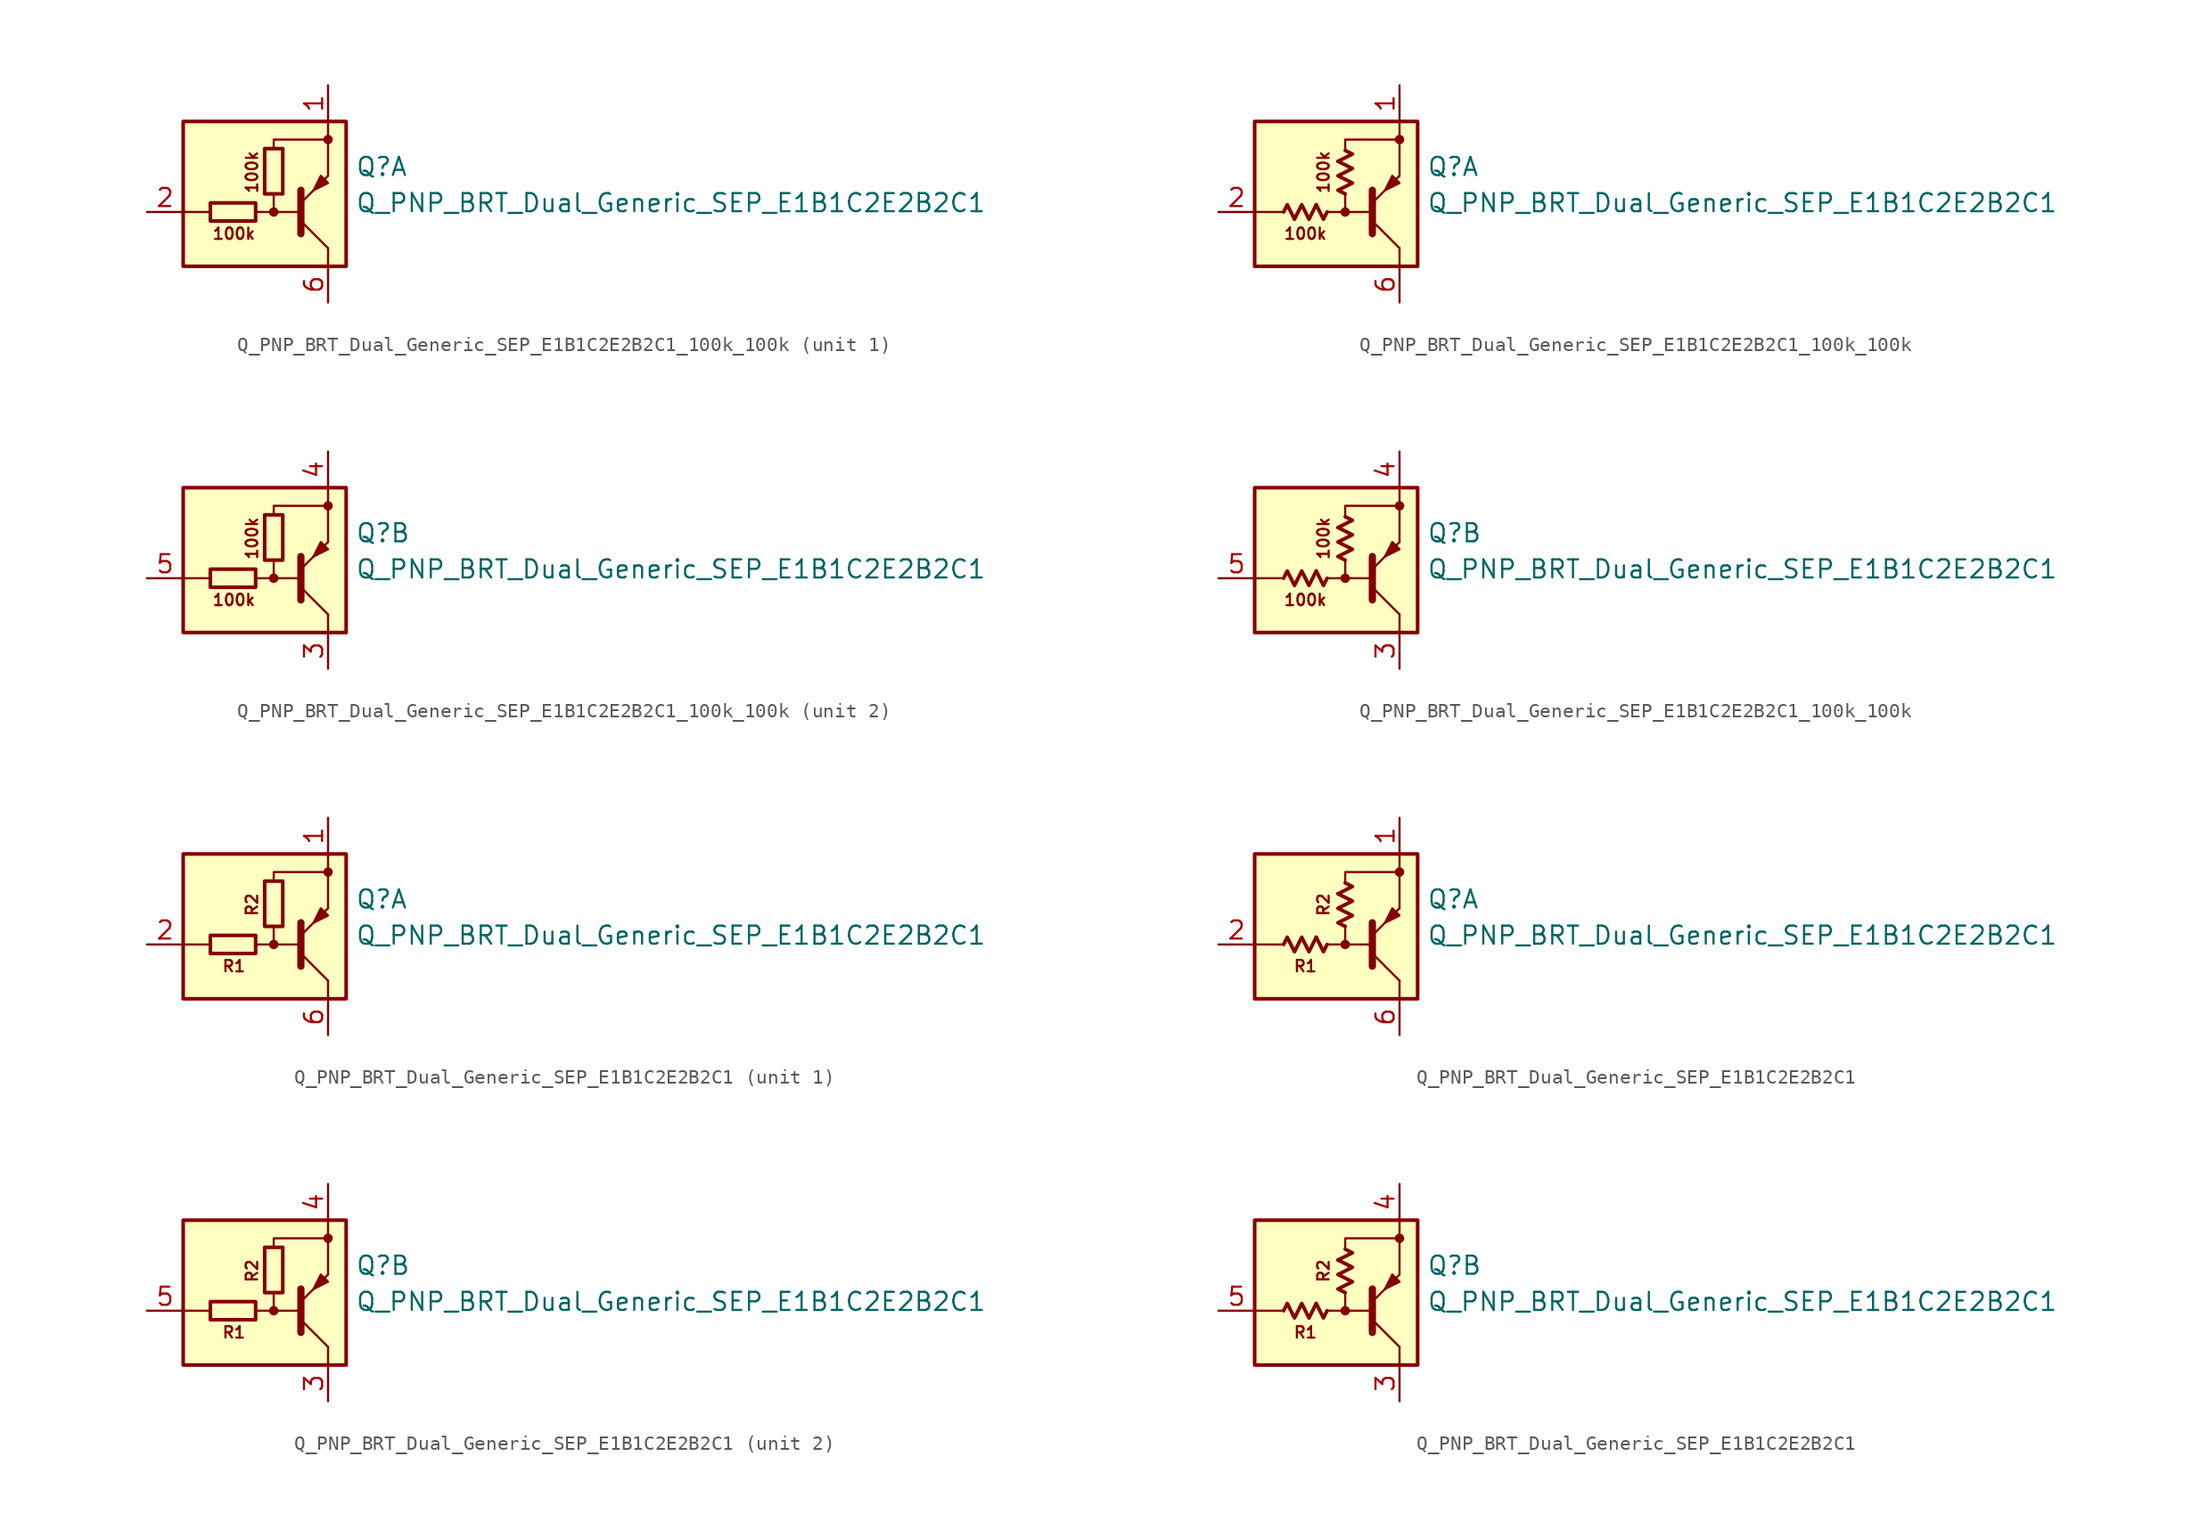
<source format=kicad_sym>
(kicad_symbol_lib
  (version 20220914)
  (generator kicad_symbol_editor)
  (symbol "Q_PNP_BRT_Dual_Generic_SEP_E1B1C2E2B2C1_100k_100k"
    (pin_names
      (offset 1.016) hide)
    (property "Reference" "Q"
      (at 5.715 1.905 0)
      (effects (font (size 1.27 1.27)) (justify left)))
    (property "Value" "Q_PNP_BRT_Dual_Generic_SEP_E1B1C2E2B2C1"
      (at 5.715 -0.635 0)
      (effects (font (size 1.27 1.27)) (justify left)))
    (property "ki_locked" ""
      (at 0 0 0)
      (effects (font (size 1.27 1.27))))
    (symbol "Q_PNP_BRT_Dual_Generic_SEP_E1B1C2E2B2C1_100k_100k_0_2"
      (polyline (pts (xy -2.032 -0.762) (xy -1.524 -1.778) (xy -1.27 -1.27)) (stroke (width 0.254) (type default)) (fill (type none)))
      (polyline (pts (xy -0.508 2.286) (xy 0.508 2.794) (xy 0 3.048)) (stroke (width 0.254) (type default)) (fill (type none)))
      (polyline (pts (xy -4.318 -1.27) (xy -4.064 -0.762) (xy -3.556 -1.778) (xy -3.048 -0.762) (xy -2.54 -1.778) (xy -2.032 -0.762)) (stroke (width 0.254) (type default)) (fill (type none)))
      (polyline (pts (xy 0 0) (xy -0.508 0.254) (xy 0.508 0.762) (xy -0.508 1.27) (xy 0.508 1.778) (xy -0.508 2.286)) (stroke (width 0.254) (type default)) (fill (type none))))
    (symbol "Q_PNP_BRT_Dual_Generic_SEP_E1B1C2E2B2C1_100k_100k_1_0"
      (rectangle (start -6.35 5.08) (end 5.08 -5.08) (stroke (width 0.254) (type default)) (fill (type background)))
      (circle (center 0 -1.27) (radius 0.254) (stroke (width 0) (type default)) (fill (type outline)))
      (polyline (pts (xy -4.445 -1.27) (xy -6.35 -1.27)) (stroke (width 0) (type default)) (fill (type none)))
      (polyline (pts (xy -0.254 -1.27) (xy 1.905 -1.27)) (stroke (width 0) (type default)) (fill (type none)))
      (polyline (pts (xy 1.905 -2.794) (xy 1.905 0.254)) (stroke (width 0.508) (type default)) (fill (type none)))
      (polyline (pts (xy 1.905 -1.905) (xy 3.81 -3.81)) (stroke (width 0) (type default)) (fill (type none)))
      (polyline (pts (xy 3.81 -3.81) (xy 3.81 -5.08)) (stroke (width 0) (type default)) (fill (type none)))
      (polyline (pts (xy 3.81 3.81) (xy 3.81 1.27)) (stroke (width 0) (type default)) (fill (type none)))
      (polyline (pts (xy 3.81 3.81) (xy 3.81 5.08)) (stroke (width 0) (type default)) (fill (type none)))
      (polyline (pts (xy -1.27 -1.27) (xy 0 -1.27) (xy 0 0)) (stroke (width 0) (type default)) (fill (type none)))
      (polyline (pts (xy 0 3.175) (xy 0 3.81) (xy 3.81 3.81)) (stroke (width 0) (type default)) (fill (type none)))
      (polyline (pts (xy 1.905 -0.635) (xy 3.81 1.27) (xy 3.81 1.27)) (stroke (width 0) (type default)) (fill (type none)))
      (polyline (pts (xy 3.81 0.762) (xy 3.302 1.27) (xy 2.794 0.254) (xy 3.81 0.762) (xy 3.81 0.762)) (stroke (width 0) (type default)) (fill (type outline)))
      (circle (center 3.81 3.81) (radius 0.254) (stroke (width 0) (type default)) (fill (type outline)))
      (text "100k" (at -2.794 -2.794 0) (effects (font (size 0.8 0.8))))
      (text "100k" (at -1.524 1.524 900) (effects (font (size 0.8 0.8)))))
    (symbol "Q_PNP_BRT_Dual_Generic_SEP_E1B1C2E2B2C1_100k_100k_1_1"
      (rectangle (start -1.27 -0.635) (end -4.445 -1.905) (stroke (width 0.254) (type default)) (fill (type none)))
      (rectangle (start 0.635 3.175) (end -0.635 0) (stroke (width 0.254) (type default)) (fill (type none)))
      (pin passive line (at 3.81 7.62 270) (length 2.54) (name "E1" (effects (font (size 1.27 1.27)))) (number "1" (effects (font (size 1.27 1.27)))))
      (pin input line (at -8.89 -1.27 0) (length 2.54) (name "B1" (effects (font (size 1.27 1.27)))) (number "2" (effects (font (size 1.27 1.27)))))
      (pin passive line (at 3.81 -7.62 90) (length 2.54) (name "C1" (effects (font (size 1.27 1.27)))) (number "6" (effects (font (size 1.27 1.27))))))
    (symbol "Q_PNP_BRT_Dual_Generic_SEP_E1B1C2E2B2C1_100k_100k_1_2"
      (pin passive line (at 3.81 7.62 270) (length 2.54) (name "E1" (effects (font (size 1.27 1.27)))) (number "1" (effects (font (size 1.27 1.27)))))
      (pin input line (at -8.89 -1.27 0) (length 2.54) (name "B1" (effects (font (size 1.27 1.27)))) (number "2" (effects (font (size 1.27 1.27)))))
      (pin passive line (at 3.81 -7.62 90) (length 2.54) (name "C1" (effects (font (size 1.27 1.27)))) (number "6" (effects (font (size 1.27 1.27))))))
    (symbol "Q_PNP_BRT_Dual_Generic_SEP_E1B1C2E2B2C1_100k_100k_2_0"
      (rectangle (start -6.35 5.08) (end 5.08 -5.08) (stroke (width 0.254) (type default)) (fill (type background)))
      (circle (center 0 -1.27) (radius 0.254) (stroke (width 0) (type default)) (fill (type outline)))
      (polyline (pts (xy -4.445 -1.27) (xy -6.35 -1.27)) (stroke (width 0) (type default)) (fill (type none)))
      (polyline (pts (xy -0.254 -1.27) (xy 1.905 -1.27)) (stroke (width 0) (type default)) (fill (type none)))
      (polyline (pts (xy 1.905 -2.794) (xy 1.905 0.254)) (stroke (width 0.508) (type default)) (fill (type none)))
      (polyline (pts (xy 1.905 -1.905) (xy 3.81 -3.81)) (stroke (width 0) (type default)) (fill (type none)))
      (polyline (pts (xy 3.81 -3.81) (xy 3.81 -5.08)) (stroke (width 0) (type default)) (fill (type none)))
      (polyline (pts (xy 3.81 3.81) (xy 3.81 1.27)) (stroke (width 0) (type default)) (fill (type none)))
      (polyline (pts (xy 3.81 3.81) (xy 3.81 5.08)) (stroke (width 0) (type default)) (fill (type none)))
      (polyline (pts (xy -1.27 -1.27) (xy 0 -1.27) (xy 0 0)) (stroke (width 0) (type default)) (fill (type none)))
      (polyline (pts (xy 0 3.175) (xy 0 3.81) (xy 3.81 3.81)) (stroke (width 0) (type default)) (fill (type none)))
      (polyline (pts (xy 1.905 -0.635) (xy 3.81 1.27) (xy 3.81 1.27)) (stroke (width 0) (type default)) (fill (type none)))
      (polyline (pts (xy 3.81 0.762) (xy 3.302 1.27) (xy 2.794 0.254) (xy 3.81 0.762) (xy 3.81 0.762)) (stroke (width 0) (type default)) (fill (type outline)))
      (circle (center 3.81 3.81) (radius 0.254) (stroke (width 0) (type default)) (fill (type outline)))
      (text "100k" (at -2.794 -2.794 0) (effects (font (size 0.8 0.8))))
      (text "100k" (at -1.524 1.524 900) (effects (font (size 0.8 0.8)))))
    (symbol "Q_PNP_BRT_Dual_Generic_SEP_E1B1C2E2B2C1_100k_100k_2_1"
      (rectangle (start -4.445 -0.635) (end -1.27 -1.905) (stroke (width 0.254) (type default)) (fill (type none)))
      (rectangle (start 0.635 3.175) (end -0.635 0) (stroke (width 0.254) (type default)) (fill (type none)))
      (pin passive line (at 3.81 -7.62 90) (length 2.54) (name "C2" (effects (font (size 1.27 1.27)))) (number "3" (effects (font (size 1.27 1.27)))))
      (pin passive line (at 3.81 7.62 270) (length 2.54) (name "E2" (effects (font (size 1.27 1.27)))) (number "4" (effects (font (size 1.27 1.27)))))
      (pin input line (at -8.89 -1.27 0) (length 2.54) (name "B2" (effects (font (size 1.27 1.27)))) (number "5" (effects (font (size 1.27 1.27))))))
    (symbol "Q_PNP_BRT_Dual_Generic_SEP_E1B1C2E2B2C1_100k_100k_2_2"
      (pin passive line (at 3.81 -7.62 90) (length 2.54) (name "C2" (effects (font (size 1.27 1.27)))) (number "3" (effects (font (size 1.27 1.27)))))
      (pin passive line (at 3.81 7.62 270) (length 2.54) (name "E2" (effects (font (size 1.27 1.27)))) (number "4" (effects (font (size 1.27 1.27)))))
      (pin input line (at -8.89 -1.27 0) (length 2.54) (name "B2" (effects (font (size 1.27 1.27)))) (number "5" (effects (font (size 1.27 1.27)))))))
  (symbol "Q_PNP_BRT_Dual_Generic_SEP_E1B1C2E2B2C1"
    (pin_names
      (offset 1.016) hide)
    (property "Reference" "Q"
      (at 5.715 1.905 0)
      (effects (font (size 1.27 1.27)) (justify left)))
    (property "Value" "Q_PNP_BRT_Dual_Generic_SEP_E1B1C2E2B2C1"
      (at 5.715 -0.635 0)
      (effects (font (size 1.27 1.27)) (justify left)))
    (property "ki_locked" ""
      (at 0 0 0)
      (effects (font (size 1.27 1.27))))
    (symbol "Q_PNP_BRT_Dual_Generic_SEP_E1B1C2E2B2C1_0_2"
      (polyline (pts (xy -2.032 -0.762) (xy -1.524 -1.778) (xy -1.27 -1.27)) (stroke (width 0.254) (type default)) (fill (type none)))
      (polyline (pts (xy -0.508 2.286) (xy 0.508 2.794) (xy 0 3.048)) (stroke (width 0.254) (type default)) (fill (type none)))
      (polyline (pts (xy -4.318 -1.27) (xy -4.064 -0.762) (xy -3.556 -1.778) (xy -3.048 -0.762) (xy -2.54 -1.778) (xy -2.032 -0.762)) (stroke (width 0.254) (type default)) (fill (type none)))
      (polyline (pts (xy 0 0) (xy -0.508 0.254) (xy 0.508 0.762) (xy -0.508 1.27) (xy 0.508 1.778) (xy -0.508 2.286)) (stroke (width 0.254) (type default)) (fill (type none))))
    (symbol "Q_PNP_BRT_Dual_Generic_SEP_E1B1C2E2B2C1_1_0"
      (rectangle (start -6.35 5.08) (end 5.08 -5.08) (stroke (width 0.254) (type default)) (fill (type background)))
      (circle (center 0 -1.27) (radius 0.254) (stroke (width 0) (type default)) (fill (type outline)))
      (polyline (pts (xy -4.445 -1.27) (xy -6.35 -1.27)) (stroke (width 0) (type default)) (fill (type none)))
      (polyline (pts (xy -0.254 -1.27) (xy 1.905 -1.27)) (stroke (width 0) (type default)) (fill (type none)))
      (polyline (pts (xy 1.905 -2.794) (xy 1.905 0.254)) (stroke (width 0.508) (type default)) (fill (type none)))
      (polyline (pts (xy 1.905 -1.905) (xy 3.81 -3.81)) (stroke (width 0) (type default)) (fill (type none)))
      (polyline (pts (xy 3.81 -3.81) (xy 3.81 -5.08)) (stroke (width 0) (type default)) (fill (type none)))
      (polyline (pts (xy 3.81 3.81) (xy 3.81 1.27)) (stroke (width 0) (type default)) (fill (type none)))
      (polyline (pts (xy 3.81 3.81) (xy 3.81 5.08)) (stroke (width 0) (type default)) (fill (type none)))
      (polyline (pts (xy -1.27 -1.27) (xy 0 -1.27) (xy 0 0)) (stroke (width 0) (type default)) (fill (type none)))
      (polyline (pts (xy 0 3.175) (xy 0 3.81) (xy 3.81 3.81)) (stroke (width 0) (type default)) (fill (type none)))
      (polyline (pts (xy 1.905 -0.635) (xy 3.81 1.27) (xy 3.81 1.27)) (stroke (width 0) (type default)) (fill (type none)))
      (polyline (pts (xy 3.81 0.762) (xy 3.302 1.27) (xy 2.794 0.254) (xy 3.81 0.762) (xy 3.81 0.762)) (stroke (width 0) (type default)) (fill (type outline)))
      (circle (center 3.81 3.81) (radius 0.254) (stroke (width 0) (type default)) (fill (type outline)))
      (text "R1" (at -2.794 -2.794 0) (effects (font (size 0.8 0.8))))
      (text "R2" (at -1.524 1.524 900) (effects (font (size 0.8 0.8)))))
    (symbol "Q_PNP_BRT_Dual_Generic_SEP_E1B1C2E2B2C1_1_1"
      (rectangle (start -1.27 -0.635) (end -4.445 -1.905) (stroke (width 0.254) (type default)) (fill (type none)))
      (rectangle (start 0.635 3.175) (end -0.635 0) (stroke (width 0.254) (type default)) (fill (type none)))
      (pin passive line (at 3.81 7.62 270) (length 2.54) (name "E1" (effects (font (size 1.27 1.27)))) (number "1" (effects (font (size 1.27 1.27)))))
      (pin input line (at -8.89 -1.27 0) (length 2.54) (name "B1" (effects (font (size 1.27 1.27)))) (number "2" (effects (font (size 1.27 1.27)))))
      (pin passive line (at 3.81 -7.62 90) (length 2.54) (name "C1" (effects (font (size 1.27 1.27)))) (number "6" (effects (font (size 1.27 1.27))))))
    (symbol "Q_PNP_BRT_Dual_Generic_SEP_E1B1C2E2B2C1_1_2"
      (pin passive line (at 3.81 7.62 270) (length 2.54) (name "E1" (effects (font (size 1.27 1.27)))) (number "1" (effects (font (size 1.27 1.27)))))
      (pin input line (at -8.89 -1.27 0) (length 2.54) (name "B1" (effects (font (size 1.27 1.27)))) (number "2" (effects (font (size 1.27 1.27)))))
      (pin passive line (at 3.81 -7.62 90) (length 2.54) (name "C1" (effects (font (size 1.27 1.27)))) (number "6" (effects (font (size 1.27 1.27))))))
    (symbol "Q_PNP_BRT_Dual_Generic_SEP_E1B1C2E2B2C1_2_0"
      (rectangle (start -6.35 5.08) (end 5.08 -5.08) (stroke (width 0.254) (type default)) (fill (type background)))
      (circle (center 0 -1.27) (radius 0.254) (stroke (width 0) (type default)) (fill (type outline)))
      (polyline (pts (xy -4.445 -1.27) (xy -6.35 -1.27)) (stroke (width 0) (type default)) (fill (type none)))
      (polyline (pts (xy -0.254 -1.27) (xy 1.905 -1.27)) (stroke (width 0) (type default)) (fill (type none)))
      (polyline (pts (xy 1.905 -2.794) (xy 1.905 0.254)) (stroke (width 0.508) (type default)) (fill (type none)))
      (polyline (pts (xy 1.905 -1.905) (xy 3.81 -3.81)) (stroke (width 0) (type default)) (fill (type none)))
      (polyline (pts (xy 3.81 -3.81) (xy 3.81 -5.08)) (stroke (width 0) (type default)) (fill (type none)))
      (polyline (pts (xy 3.81 3.81) (xy 3.81 1.27)) (stroke (width 0) (type default)) (fill (type none)))
      (polyline (pts (xy 3.81 3.81) (xy 3.81 5.08)) (stroke (width 0) (type default)) (fill (type none)))
      (polyline (pts (xy -1.27 -1.27) (xy 0 -1.27) (xy 0 0)) (stroke (width 0) (type default)) (fill (type none)))
      (polyline (pts (xy 0 3.175) (xy 0 3.81) (xy 3.81 3.81)) (stroke (width 0) (type default)) (fill (type none)))
      (polyline (pts (xy 1.905 -0.635) (xy 3.81 1.27) (xy 3.81 1.27)) (stroke (width 0) (type default)) (fill (type none)))
      (polyline (pts (xy 3.81 0.762) (xy 3.302 1.27) (xy 2.794 0.254) (xy 3.81 0.762) (xy 3.81 0.762)) (stroke (width 0) (type default)) (fill (type outline)))
      (circle (center 3.81 3.81) (radius 0.254) (stroke (width 0) (type default)) (fill (type outline)))
      (text "R1" (at -2.794 -2.794 0) (effects (font (size 0.8 0.8))))
      (text "R2" (at -1.524 1.524 900) (effects (font (size 0.8 0.8)))))
    (symbol "Q_PNP_BRT_Dual_Generic_SEP_E1B1C2E2B2C1_2_1"
      (rectangle (start -1.27 -0.635) (end -4.445 -1.905) (stroke (width 0.254) (type default)) (fill (type none)))
      (rectangle (start 0.635 3.175) (end -0.635 0) (stroke (width 0.254) (type default)) (fill (type none)))
      (pin passive line (at 3.81 -7.62 90) (length 2.54) (name "C2" (effects (font (size 1.27 1.27)))) (number "3" (effects (font (size 1.27 1.27)))))
      (pin passive line (at 3.81 7.62 270) (length 2.54) (name "E2" (effects (font (size 1.27 1.27)))) (number "4" (effects (font (size 1.27 1.27)))))
      (pin input line (at -8.89 -1.27 0) (length 2.54) (name "B2" (effects (font (size 1.27 1.27)))) (number "5" (effects (font (size 1.27 1.27))))))
    (symbol "Q_PNP_BRT_Dual_Generic_SEP_E1B1C2E2B2C1_2_2"
      (pin passive line (at 3.81 -7.62 90) (length 2.54) (name "C2" (effects (font (size 1.27 1.27)))) (number "3" (effects (font (size 1.27 1.27)))))
      (pin passive line (at 3.81 7.62 270) (length 2.54) (name "E2" (effects (font (size 1.27 1.27)))) (number "4" (effects (font (size 1.27 1.27)))))
      (pin input line (at -8.89 -1.27 0) (length 2.54) (name "B2" (effects (font (size 1.27 1.27)))) (number "5" (effects (font (size 1.27 1.27))))))))
</source>
